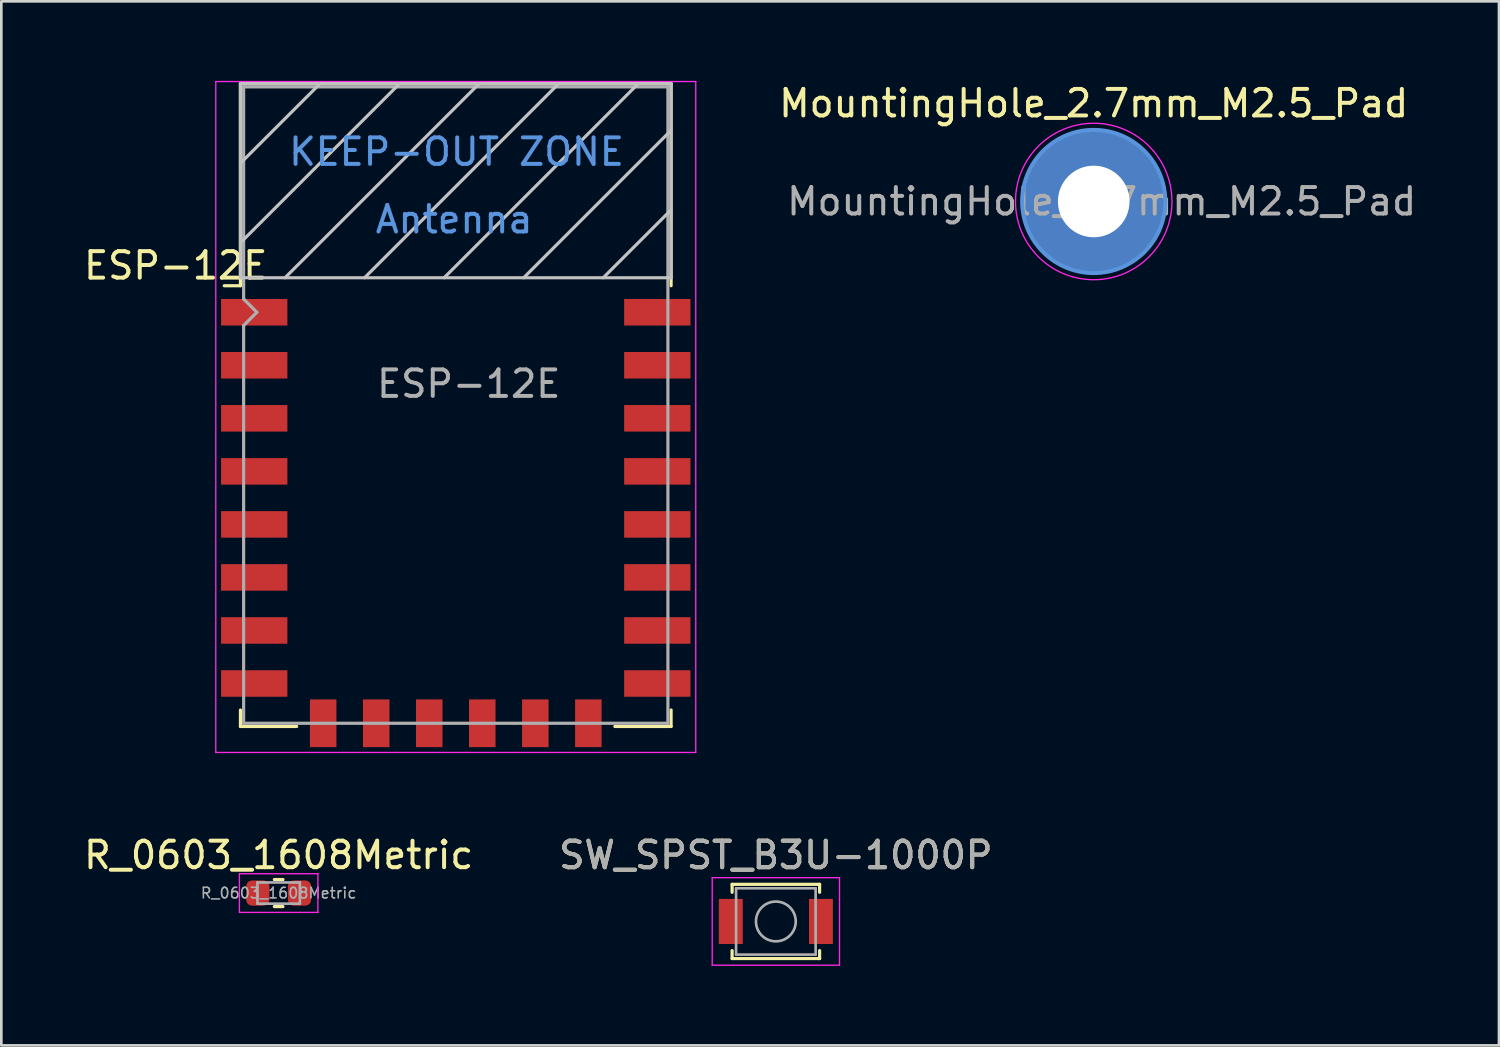
<source format=kicad_pcb>
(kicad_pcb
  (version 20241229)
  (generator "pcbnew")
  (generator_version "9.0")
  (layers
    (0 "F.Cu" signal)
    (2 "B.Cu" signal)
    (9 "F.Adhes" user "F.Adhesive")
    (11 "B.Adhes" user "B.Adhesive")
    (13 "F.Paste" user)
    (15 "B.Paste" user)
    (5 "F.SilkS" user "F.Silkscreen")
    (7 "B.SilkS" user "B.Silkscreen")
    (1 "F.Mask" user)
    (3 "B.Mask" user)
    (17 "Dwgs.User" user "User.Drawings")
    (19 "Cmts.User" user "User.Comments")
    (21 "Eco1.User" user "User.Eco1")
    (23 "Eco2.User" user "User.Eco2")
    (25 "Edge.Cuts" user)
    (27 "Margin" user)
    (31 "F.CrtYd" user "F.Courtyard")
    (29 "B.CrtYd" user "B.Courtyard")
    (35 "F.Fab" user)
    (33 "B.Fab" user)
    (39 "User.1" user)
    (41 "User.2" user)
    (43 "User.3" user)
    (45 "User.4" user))
  (footprint "ESP-12E"
    (layer "F.Cu")
    (at 14.137 12.225)
    (property "Reference" "ESP-12E" (at -10.56 -5.26 0) (layer "F.SilkS") (effects (font (size 1 1) (thickness 0.15))))
    (attr smd)
    (fp_line (start -8.12 -12.12) (end 8.12 -12.12) (stroke (width 0.12) (type solid)) (layer "F.SilkS"))
    (fp_line (start -8.12 -4.5) (end -8.73 -4.5) (stroke (width 0.12) (type solid)) (layer "F.SilkS"))
    (fp_line (start -8.12 -4.5) (end -8.12 -12.12) (stroke (width 0.12) (type solid)) (layer "F.SilkS"))
    (fp_line (start -8.12 12.12) (end -8.12 11.5) (stroke (width 0.12) (type solid)) (layer "F.SilkS"))
    (fp_line (start -6 12.12) (end -8.12 12.12) (stroke (width 0.12) (type solid)) (layer "F.SilkS"))
    (fp_line (start 8.12 -12.12) (end 8.12 -4.5) (stroke (width 0.12) (type solid)) (layer "F.SilkS"))
    (fp_line (start 8.12 11.5) (end 8.12 12.12) (stroke (width 0.12) (type solid)) (layer "F.SilkS"))
    (fp_line (start 8.12 12.12) (end 6 12.12) (stroke (width 0.12) (type solid)) (layer "F.SilkS"))
    (fp_line (start -8.12 -12.12) (end 8.12 -12.12) (stroke (width 0.12) (type solid)) (layer "Dwgs.User"))
    (fp_line (start -8.12 -9.12) (end -5.12 -12.12) (stroke (width 0.12) (type solid)) (layer "Dwgs.User"))
    (fp_line (start -8.12 -6.12) (end -2.12 -12.12) (stroke (width 0.12) (type solid)) (layer "Dwgs.User"))
    (fp_line (start -8.12 -4.8) (end -8.12 -12.12) (stroke (width 0.12) (type solid)) (layer "Dwgs.User"))
    (fp_line (start -6.44 -4.8) (end 0.88 -12.12) (stroke (width 0.12) (type solid)) (layer "Dwgs.User"))
    (fp_line (start -3.44 -4.8) (end 3.88 -12.12) (stroke (width 0.12) (type solid)) (layer "Dwgs.User"))
    (fp_line (start -0.44 -4.8) (end 6.88 -12.12) (stroke (width 0.12) (type solid)) (layer "Dwgs.User"))
    (fp_line (start 2.56 -4.8) (end 8.12 -10.36) (stroke (width 0.12) (type solid)) (layer "Dwgs.User"))
    (fp_line (start 5.56 -4.8) (end 8.12 -7.36) (stroke (width 0.12) (type solid)) (layer "Dwgs.User"))
    (fp_line (start 8.12 -12.12) (end 8.12 -4.8) (stroke (width 0.12) (type solid)) (layer "Dwgs.User"))
    (fp_line (start 8.12 -4.8) (end -8.12 -4.8) (stroke (width 0.12) (type solid)) (layer "Dwgs.User"))
    (fp_line (start -9.05 -12.2) (end 9.05 -12.2) (stroke (width 0.05) (type solid)) (layer "F.CrtYd"))
    (fp_line (start -9.05 13.1) (end -9.05 -12.2) (stroke (width 0.05) (type solid)) (layer "F.CrtYd"))
    (fp_line (start 9.05 -12.2) (end 9.05 13.1) (stroke (width 0.05) (type solid)) (layer "F.CrtYd"))
    (fp_line (start 9.05 13.1) (end -9.05 13.1) (stroke (width 0.05) (type solid)) (layer "F.CrtYd"))
    (fp_line (start -8 -12) (end 8 -12) (stroke (width 0.12) (type solid)) (layer "F.Fab"))
    (fp_line (start -8 -4) (end -8 -12) (stroke (width 0.12) (type solid)) (layer "F.Fab"))
    (fp_line (start -8 -3) (end -7.5 -3.5) (stroke (width 0.12) (type solid)) (layer "F.Fab"))
    (fp_line (start -8 12) (end -8 -3) (stroke (width 0.12) (type solid)) (layer "F.Fab"))
    (fp_line (start -7.5 -3.5) (end -8 -4) (stroke (width 0.12) (type solid)) (layer "F.Fab"))
    (fp_line (start 8 -12) (end 8 12) (stroke (width 0.12) (type solid)) (layer "F.Fab"))
    (fp_line (start 8 12) (end -8 12) (stroke (width 0.12) (type solid)) (layer "F.Fab"))
    (fp_text user "KEEP-OUT ZONE" (at 0.03 -9.55 180) (layer "Cmts.User") (effects (font (size 1 1) (thickness 0.15))))
    (fp_text user "Antenna" (at -0.06 -7 180) (layer "Cmts.User") (effects (font (size 1 1) (thickness 0.15))))
    (fp_text user "${REFERENCE}" (at 0.49 -0.8 0) (layer "F.Fab") (effects (font (size 1 1) (thickness 0.15))))
    (pad "1" smd rect (at -7.6 -3.5) (size 2.5 1) (layers "F.Cu" "F.Mask" "F.Paste"))
    (pad "2" smd rect (at -7.6 -1.5) (size 2.5 1) (layers "F.Cu" "F.Mask" "F.Paste"))
    (pad "3" smd rect (at -7.6 0.5) (size 2.5 1) (layers "F.Cu" "F.Mask" "F.Paste"))
    (pad "4" smd rect (at -7.6 2.5) (size 2.5 1) (layers "F.Cu" "F.Mask" "F.Paste"))
    (pad "5" smd rect (at -7.6 4.5) (size 2.5 1) (layers "F.Cu" "F.Mask" "F.Paste"))
    (pad "6" smd rect (at -7.6 6.5) (size 2.5 1) (layers "F.Cu" "F.Mask" "F.Paste"))
    (pad "7" smd rect (at -7.6 8.5) (size 2.5 1) (layers "F.Cu" "F.Mask" "F.Paste"))
    (pad "8" smd rect (at -7.6 10.5) (size 2.5 1) (layers "F.Cu" "F.Mask" "F.Paste"))
    (pad "9" smd rect (at -5 12) (size 1 1.8) (layers "F.Cu" "F.Mask" "F.Paste"))
    (pad "10" smd rect (at -3 12) (size 1 1.8) (layers "F.Cu" "F.Mask" "F.Paste"))
    (pad "11" smd rect (at -1 12) (size 1 1.8) (layers "F.Cu" "F.Mask" "F.Paste"))
    (pad "12" smd rect (at 1 12) (size 1 1.8) (layers "F.Cu" "F.Mask" "F.Paste"))
    (pad "13" smd rect (at 3 12) (size 1 1.8) (layers "F.Cu" "F.Mask" "F.Paste"))
    (pad "14" smd rect (at 5 12) (size 1 1.8) (layers "F.Cu" "F.Mask" "F.Paste"))
    (pad "15" smd rect (at 7.6 10.5) (size 2.5 1) (layers "F.Cu" "F.Mask" "F.Paste"))
    (pad "16" smd rect (at 7.6 8.5) (size 2.5 1) (layers "F.Cu" "F.Mask" "F.Paste"))
    (pad "17" smd rect (at 7.6 6.5) (size 2.5 1) (layers "F.Cu" "F.Mask" "F.Paste"))
    (pad "18" smd rect (at 7.6 4.5) (size 2.5 1) (layers "F.Cu" "F.Mask" "F.Paste"))
    (pad "19" smd rect (at 7.6 2.5) (size 2.5 1) (layers "F.Cu" "F.Mask" "F.Paste"))
    (pad "20" smd rect (at 7.6 0.5) (size 2.5 1) (layers "F.Cu" "F.Mask" "F.Paste"))
    (pad "21" smd rect (at 7.6 -1.5) (size 2.5 1) (layers "F.Cu" "F.Mask" "F.Paste"))
    (pad "22" smd rect (at 7.6 -3.5) (size 2.5 1) (layers "F.Cu" "F.Mask" "F.Paste")))
  (footprint "R_0603_1608Metric"
    (layer "F.Cu")
    (at 7.458 30.628)
    (property "Reference" "R_0603_1608Metric" (at 0 -1.43 0) (layer "F.SilkS") (effects (font (size 1 1) (thickness 0.15))))
    (attr smd)
    (fp_line (start -0.163 -0.51) (end 0.163 -0.51) (stroke (width 0.12) (type solid)) (layer "F.SilkS"))
    (fp_line (start -0.163 0.51) (end 0.163 0.51) (stroke (width 0.12) (type solid)) (layer "F.SilkS"))
    (fp_line (start -1.48 -0.73) (end 1.48 -0.73) (stroke (width 0.05) (type solid)) (layer "F.CrtYd"))
    (fp_line (start -1.48 0.73) (end -1.48 -0.73) (stroke (width 0.05) (type solid)) (layer "F.CrtYd"))
    (fp_line (start 1.48 -0.73) (end 1.48 0.73) (stroke (width 0.05) (type solid)) (layer "F.CrtYd"))
    (fp_line (start 1.48 0.73) (end -1.48 0.73) (stroke (width 0.05) (type solid)) (layer "F.CrtYd"))
    (fp_line (start -0.8 -0.4) (end 0.8 -0.4) (stroke (width 0.1) (type solid)) (layer "F.Fab"))
    (fp_line (start -0.8 0.4) (end -0.8 -0.4) (stroke (width 0.1) (type solid)) (layer "F.Fab"))
    (fp_line (start 0.8 -0.4) (end 0.8 0.4) (stroke (width 0.1) (type solid)) (layer "F.Fab"))
    (fp_line (start 0.8 0.4) (end -0.8 0.4) (stroke (width 0.1) (type solid)) (layer "F.Fab"))
    (fp_text user "${REFERENCE}" (at 0 0 0) (layer "F.Fab") (effects (font (size 0.4 0.4) (thickness 0.06))))
    (pad "1" smd roundrect (at -0.787 0) (size 0.875 0.95) (layers "F.Cu" "F.Mask" "F.Paste") (roundrect_rratio 0.25))
    (pad "2" smd roundrect (at 0.787 0) (size 0.875 0.95) (layers "F.Cu" "F.Mask" "F.Paste") (roundrect_rratio 0.25)))
  (footprint "MountingHole_2.7mm_M2.5_Pad"
    (layer "F.Cu")
    (at 38.195 4.548)
    (property "Reference" "MountingHole_2.7mm_M2.5_Pad" (at 0 -3.7 0) (layer "F.SilkS") (effects (font (size 1 1) (thickness 0.15))))
    (attr exclude_from_pos_files exclude_from_bom)
    (fp_circle (center 0 0) (end 2.7 0) (stroke (width 0.15) (type solid)) (fill no) (layer "Cmts.User"))
    (fp_circle (center 0 0) (end 2.95 0) (stroke (width 0.05) (type solid)) (fill no) (layer "F.CrtYd"))
    (fp_text user "${REFERENCE}" (at 0.3 0 0) (layer "F.Fab") (effects (font (size 1 1) (thickness 0.15))))
    (pad "1" thru_hole circle (at 0 0) (size 5.4 5.4) (drill 2.7) (layers "*.Cu" "*.Mask")))
  (footprint "SW_SPST_B3U-1000P"
    (layer "F.Cu")
    (at 26.208 31.698)
    (property "Reference" "SW_SPST_B3U-1000P" (at 0 -2.5 0) (layer "F.SilkS") (effects (font (size 1 1) (thickness 0.15))))
    (attr smd)
    (fp_line (start -1.65 -1.4) (end 1.65 -1.4) (stroke (width 0.12) (type solid)) (layer "F.SilkS"))
    (fp_line (start -1.65 -1.1) (end -1.65 -1.4) (stroke (width 0.12) (type solid)) (layer "F.SilkS"))
    (fp_line (start -1.65 1.1) (end -1.65 1.4) (stroke (width 0.12) (type solid)) (layer "F.SilkS"))
    (fp_line (start -1.65 1.4) (end 1.65 1.4) (stroke (width 0.12) (type solid)) (layer "F.SilkS"))
    (fp_line (start 1.65 -1.4) (end 1.65 -1.1) (stroke (width 0.12) (type solid)) (layer "F.SilkS"))
    (fp_line (start 1.65 1.4) (end 1.65 1.1) (stroke (width 0.12) (type solid)) (layer "F.SilkS"))
    (fp_line (start -2.4 -1.65) (end -2.4 1.65) (stroke (width 0.05) (type solid)) (layer "F.CrtYd"))
    (fp_line (start -2.4 1.65) (end 2.4 1.65) (stroke (width 0.05) (type solid)) (layer "F.CrtYd"))
    (fp_line (start 2.4 -1.65) (end -2.4 -1.65) (stroke (width 0.05) (type solid)) (layer "F.CrtYd"))
    (fp_line (start 2.4 1.65) (end 2.4 -1.65) (stroke (width 0.05) (type solid)) (layer "F.CrtYd"))
    (fp_line (start -1.5 -1.25) (end 1.5 -1.25) (stroke (width 0.1) (type solid)) (layer "F.Fab"))
    (fp_line (start -1.5 1.25) (end -1.5 -1.25) (stroke (width 0.1) (type solid)) (layer "F.Fab"))
    (fp_line (start 1.5 -1.25) (end 1.5 1.25) (stroke (width 0.1) (type solid)) (layer "F.Fab"))
    (fp_line (start 1.5 1.25) (end -1.5 1.25) (stroke (width 0.1) (type solid)) (layer "F.Fab"))
    (fp_circle (center 0 0) (end 0.75 0) (stroke (width 0.1) (type solid)) (fill no) (layer "F.Fab"))
    (fp_text user "${REFERENCE}" (at 0 -2.5 0) (layer "F.Fab") (effects (font (size 1 1) (thickness 0.15))))
    (pad "1" smd rect (at -1.7 0) (size 0.9 1.7) (layers "F.Cu" "F.Mask" "F.Paste"))
    (pad "2" smd rect (at 1.7 0) (size 0.9 1.7) (layers "F.Cu" "F.Mask" "F.Paste")))
  (gr_rect
    (start -3 -3)
    (end 53.477 36.373)
    (stroke (width 0.1) (type default))
    (fill no)
    (layer "Edge.Cuts")))
</source>
